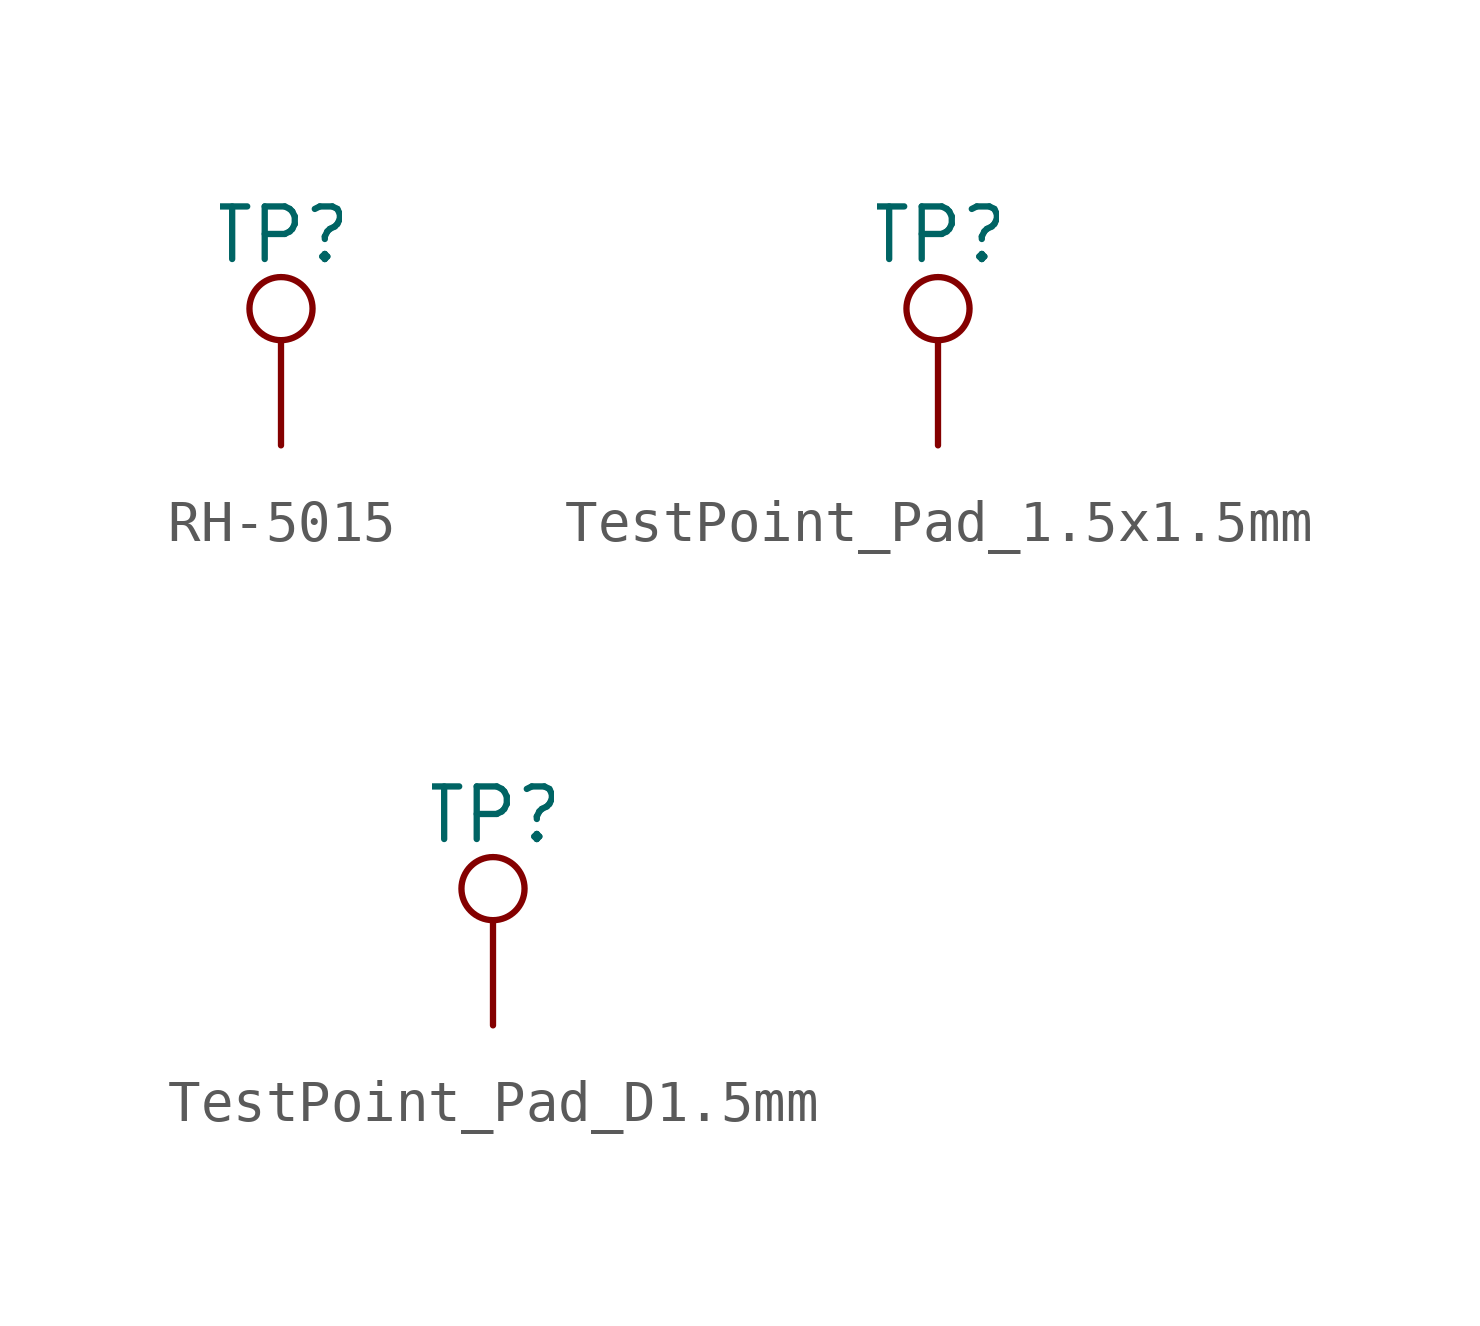
<source format=kicad_sym>
(kicad_symbol_lib
  (version 20211014)
  (symbol "RH-5015"
    (pin_numbers
      (hide yes))
    (pin_names
      (offset 0.762)
      (hide yes))
    (property "Reference" "TP"
      (at 0 5.08 0)
      (effects (font (size 1.27 1.27))))
    (symbol "RH-5015_0_1"
      (circle (center 0 3.302) (radius 0.762) (stroke (width 0) (type default)) (fill (type none))))
    (symbol "RH-5015_1_1"
      (pin passive line (at 0 0 90) (length 2.54) (name "1" (effects (font (size 1.27 1.27)))) (number "1" (effects (font (size 1.27 1.27)))))))
  (symbol "TestPoint_Pad_1.5x1.5mm"
    (pin_numbers
      (hide yes))
    (pin_names
      (offset 0.762)
      (hide yes))
    (property "Reference" "TP"
      (at 0 5.08 0)
      (effects (font (size 1.27 1.27))))
    (symbol "TestPoint_Pad_1.5x1.5mm_0_1"
      (circle (center 0 3.302) (radius 0.762) (stroke (width 0) (type default)) (fill (type none))))
    (symbol "TestPoint_Pad_1.5x1.5mm_1_1"
      (pin passive line (at 0 0 90) (length 2.54) (name "1" (effects (font (size 1.27 1.27)))) (number "1" (effects (font (size 1.27 1.27)))))))
  (symbol "TestPoint_Pad_D1.5mm"
    (pin_numbers
      (hide yes))
    (pin_names
      (offset 0.762)
      (hide yes))
    (property "Reference" "TP"
      (at 0 5.08 0)
      (effects (font (size 1.27 1.27))))
    (symbol "TestPoint_Pad_D1.5mm_0_1"
      (circle (center 0 3.302) (radius 0.762) (stroke (width 0) (type default)) (fill (type none))))
    (symbol "TestPoint_Pad_D1.5mm_1_1"
      (pin passive line (at 0 0 90) (length 2.54) (name "1" (effects (font (size 1.27 1.27)))) (number "1" (effects (font (size 1.27 1.27))))))))
</source>
